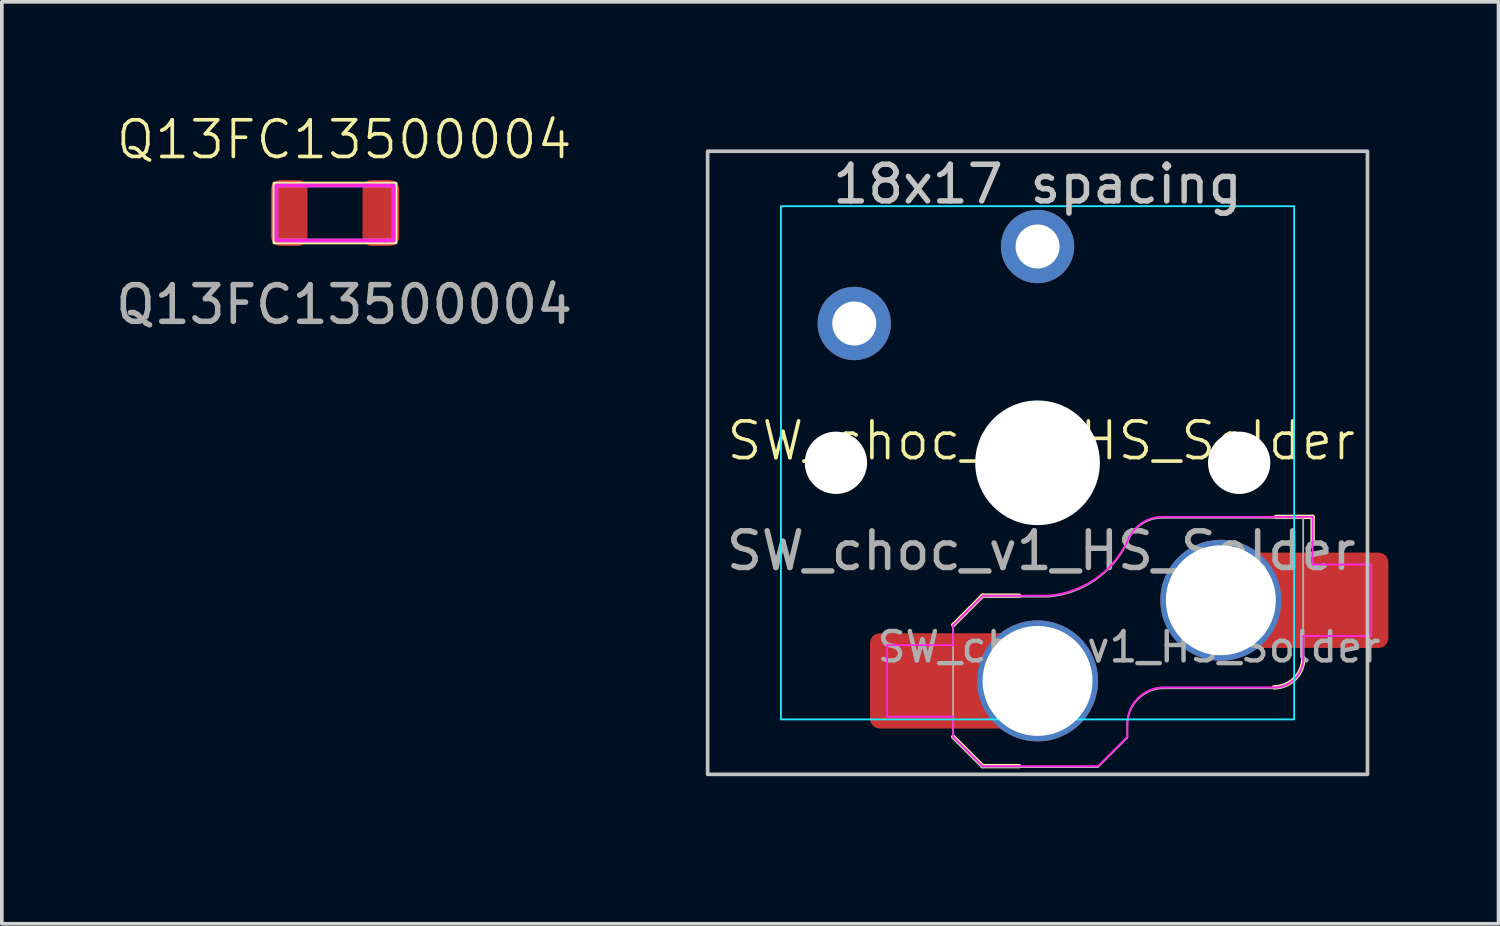
<source format=kicad_pcb>
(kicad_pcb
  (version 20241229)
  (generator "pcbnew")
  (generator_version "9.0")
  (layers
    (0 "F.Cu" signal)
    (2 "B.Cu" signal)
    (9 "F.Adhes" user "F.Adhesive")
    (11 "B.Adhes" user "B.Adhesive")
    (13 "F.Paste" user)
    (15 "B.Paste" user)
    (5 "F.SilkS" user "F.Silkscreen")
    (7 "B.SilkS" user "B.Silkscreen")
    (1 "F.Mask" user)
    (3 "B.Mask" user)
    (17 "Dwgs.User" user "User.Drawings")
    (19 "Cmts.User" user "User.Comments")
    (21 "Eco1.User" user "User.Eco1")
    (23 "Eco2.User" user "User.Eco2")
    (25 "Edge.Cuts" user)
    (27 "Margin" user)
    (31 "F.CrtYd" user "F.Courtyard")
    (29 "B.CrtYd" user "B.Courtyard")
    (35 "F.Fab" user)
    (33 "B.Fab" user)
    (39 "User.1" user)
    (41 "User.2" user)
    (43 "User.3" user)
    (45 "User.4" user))
  (footprint "SW_choc_v1_HS_Solder"
    (layer "F.Cu")
    (at 25.254 9.575)
    (property "Reference" "SW_choc_v1_HS_Solder" (at 0.1 -0.6 0) (unlocked yes) (layer "F.SilkS") (effects (font (size 1 1) (thickness 0.1))))
    (attr through_hole)
    (fp_line (start -2.3 7.475) (end -1.5 8.275) (stroke (width 0.12) (type solid)) (layer "F.SilkS"))
    (fp_line (start -1.5 3.625) (end -2.3 4.425) (stroke (width 0.12) (type solid)) (layer "F.SilkS"))
    (fp_line (start -1.5 3.625) (end -0.5 3.625) (stroke (width 0.12) (type solid)) (layer "F.SilkS"))
    (fp_line (start -1.5 8.275) (end -0.5 8.275) (stroke (width 0.12) (type solid)) (layer "F.SilkS"))
    (fp_line (start 7.504 1.475) (end 6.504 1.475) (stroke (width 0.12) (type solid)) (layer "F.SilkS"))
    (fp_line (start 7.504 1.475) (end 7.504 2.175) (stroke (width 0.12) (type solid)) (layer "F.SilkS"))
    (fp_arc (start 7.25 5.325) (mid 7.015685 5.890685) (end 6.45 6.125) (stroke (width 0.12) (type solid)) (layer "F.SilkS"))
    (fp_rect (start -9 -8.5) (end 9 8.5) (stroke (width 0.1) (type default)) (fill no) (layer "Dwgs.User"))
    (fp_rect (start -9.525 -9.525) (end 9.525 9.525) (stroke (width 0.1) (type default)) (fill no) (layer "Eco1.User"))
    (fp_line (start -6.95 -6.45) (end -6.95 6.45) (stroke (width 0.05) (type solid)) (layer "Eco2.User"))
    (fp_line (start -6.45 6.95) (end 6.45 6.95) (stroke (width 0.05) (type solid)) (layer "Eco2.User"))
    (fp_line (start 6.45 -6.95) (end -6.45 -6.95) (stroke (width 0.05) (type solid)) (layer "Eco2.User"))
    (fp_line (start 6.95 6.45) (end 6.95 -6.45) (stroke (width 0.05) (type solid)) (layer "Eco2.User"))
    (fp_arc (start -6.95 -6.45) (mid -6.803553 -6.803553) (end -6.45 -6.95) (stroke (width 0.05) (type solid)) (layer "Eco2.User"))
    (fp_arc (start -6.45 6.95) (mid -6.803553 6.803553) (end -6.95 6.45) (stroke (width 0.05) (type solid)) (layer "Eco2.User"))
    (fp_arc (start 6.45 -6.95) (mid 6.803553 -6.803553) (end 6.95 -6.45) (stroke (width 0.05) (type solid)) (layer "Eco2.User"))
    (fp_arc (start 6.95 6.45) (mid 6.803553 6.803553) (end 6.45 6.95) (stroke (width 0.05) (type solid)) (layer "Eco2.User"))
    (fp_rect (start -7 -7) (end 7 7) (stroke (width 0.05) (type default)) (fill no) (layer "B.CrtYd"))
    (fp_line (start -4.104 4.975) (end -4.104 6.925) (stroke (width 0.05) (type solid)) (layer "F.CrtYd"))
    (fp_line (start -4.104 4.975) (end -2.3 4.975) (stroke (width 0.05) (type solid)) (layer "F.CrtYd"))
    (fp_line (start -4.104 6.925) (end -2.3 6.925) (stroke (width 0.05) (type solid)) (layer "F.CrtYd"))
    (fp_line (start -2.3 4.975) (end -2.3 4.425) (stroke (width 0.05) (type solid)) (layer "F.CrtYd"))
    (fp_line (start -2.3 7.475) (end -2.3 6.925) (stroke (width 0.05) (type solid)) (layer "F.CrtYd"))
    (fp_line (start -2.3 7.475) (end -1.5 8.275) (stroke (width 0.05) (type solid)) (layer "F.CrtYd"))
    (fp_line (start -1.5 3.625) (end -2.3 4.425) (stroke (width 0.05) (type solid)) (layer "F.CrtYd"))
    (fp_line (start -1.5 3.625) (end 0.3 3.625) (stroke (width 0.05) (type solid)) (layer "F.CrtYd"))
    (fp_line (start -1.5 8.275) (end 1.65 8.275) (stroke (width 0.05) (type solid)) (layer "F.CrtYd"))
    (fp_line (start 2.45 7.475) (end 1.65 8.275) (stroke (width 0.05) (type solid)) (layer "F.CrtYd"))
    (fp_line (start 2.45 7.475) (end 2.45 7.125) (stroke (width 0.05) (type solid)) (layer "F.CrtYd"))
    (fp_line (start 3.45 6.125) (end 6.45 6.125) (stroke (width 0.05) (type solid)) (layer "F.CrtYd"))
    (fp_line (start 7.25 4.725) (end 9.104 4.725) (stroke (width 0.05) (type solid)) (layer "F.CrtYd"))
    (fp_line (start 7.25 5.325) (end 7.25 4.725) (stroke (width 0.05) (type solid)) (layer "F.CrtYd"))
    (fp_line (start 7.504 1.475) (end 3.4 1.475) (stroke (width 0.05) (type solid)) (layer "F.CrtYd"))
    (fp_line (start 7.504 1.475) (end 7.504 2.175) (stroke (width 0.05) (type solid)) (layer "F.CrtYd"))
    (fp_line (start 7.504 2.175) (end 7.504 2.775) (stroke (width 0.05) (type solid)) (layer "F.CrtYd"))
    (fp_line (start 9.104 2.775) (end 7.504 2.775) (stroke (width 0.05) (type solid)) (layer "F.CrtYd"))
    (fp_line (start 9.104 4.725) (end 9.104 2.775) (stroke (width 0.05) (type solid)) (layer "F.CrtYd"))
    (fp_arc (start 2.45 7.125) (mid 2.742893 6.417893) (end 3.45 6.125) (stroke (width 0.05) (type solid)) (layer "F.CrtYd"))
    (fp_arc (start 2.455444 2.13293) (mid 1.577271 3.167234) (end 0.299999 3.624999) (stroke (width 0.05) (type solid)) (layer "F.CrtYd"))
    (fp_arc (start 2.460307 2.13298) (mid 2.826423 1.655848) (end 3.4 1.475) (stroke (width 0.05) (type solid)) (layer "F.CrtYd"))
    (fp_arc (start 7.25 5.325) (mid 7.015685 5.890685) (end 6.45 6.125) (stroke (width 0.05) (type solid)) (layer "F.CrtYd"))
    (fp_line (start -2.304 7.5) (end -2.304 4.45) (stroke (width 0.05) (type solid)) (layer "F.Fab"))
    (fp_line (start -2.304 7.5) (end -1.504 8.3) (stroke (width 0.05) (type solid)) (layer "F.Fab"))
    (fp_line (start -1.504 3.65) (end -2.304 4.45) (stroke (width 0.05) (type solid)) (layer "F.Fab"))
    (fp_line (start -1.504 3.65) (end 0.296 3.65) (stroke (width 0.05) (type solid)) (layer "F.Fab"))
    (fp_line (start -1.504 8.3) (end 1.646 8.3) (stroke (width 0.05) (type solid)) (layer "F.Fab"))
    (fp_line (start 2.446 7.5) (end 1.646 8.3) (stroke (width 0.05) (type solid)) (layer "F.Fab"))
    (fp_line (start 2.446 7.5) (end 2.446 7.15) (stroke (width 0.05) (type solid)) (layer "F.Fab"))
    (fp_line (start 3.446 6.15) (end 6.446 6.15) (stroke (width 0.05) (type solid)) (layer "F.Fab"))
    (fp_line (start 7.246 1.5) (end 3.396 1.5) (stroke (width 0.05) (type solid)) (layer "F.Fab"))
    (fp_line (start 7.246 5.35) (end 7.246 1.5) (stroke (width 0.05) (type solid)) (layer "F.Fab"))
    (fp_arc (start 2.446 7.15) (mid 2.738893 6.442893) (end 3.446 6.15) (stroke (width 0.05) (type solid)) (layer "F.Fab"))
    (fp_arc (start 2.451444 2.15793) (mid 1.573271 3.192234) (end 0.295999 3.649999) (stroke (width 0.05) (type solid)) (layer "F.Fab"))
    (fp_arc (start 2.456307 2.15798) (mid 2.822423 1.680848) (end 3.396 1.5) (stroke (width 0.05) (type solid)) (layer "F.Fab"))
    (fp_arc (start 7.246 5.35) (mid 7.011685 5.915685) (end 6.446 6.15) (stroke (width 0.05) (type solid)) (layer "F.Fab"))
    (fp_text user "18x17 spacing" (at 0 -7.6 180) (layer "Dwgs.User") (effects (font (size 1 1) (thickness 0.15))))
    (fp_text user "19.05 spacing" (at 0 -8.7 180) (layer "Eco1.User") (effects (font (size 1 1) (thickness 0.15))))
    (fp_text user "${REFERENCE}" (at 0.1 2.4 0) (unlocked yes) (layer "F.Fab") (effects (font (size 1 1) (thickness 0.15))))
    (fp_text user "${REFERENCE}" (at 2.496 5.025 0) (layer "F.Fab") (effects (font (size 0.8 0.8) (thickness 0.12))))
    (pad "" np_thru_hole circle (at -5.5 0 180) (size 1.7 1.7) (drill 1.7) (layers "*.Cu" "*.Mask"))
    (pad "" np_thru_hole circle (at 0 0) (size 3.4 3.4) (drill 3.4) (layers "*.Cu" "*.Mask"))
    (pad "" np_thru_hole circle (at 5.5 0 180) (size 1.7 1.7) (drill 1.7) (layers "*.Cu" "*.Mask"))
    (pad "1" thru_hole circle (at -5 -3.8) (size 2 2) (drill 1.2) (layers "*.Cu" "F.Mask"))
    (pad "1" thru_hole circle (at 5 3.75) (size 3.3 3.3) (drill 3) (layers "*.Cu" "F.Mask"))
    (pad "1" smd rect (at 6.55 3.75) (size 1.2 2.6) (layers "F.Cu"))
    (pad "1" smd roundrect (at 8.245 3.75) (size 2.65 2.6) (layers "F.Cu" "F.Mask" "F.Paste") (roundrect_rratio 0.1))
    (pad "2" smd roundrect (at -3.245 5.95) (size 2.65 2.6) (layers "F.Cu" "F.Mask" "F.Paste") (roundrect_rratio 0.1))
    (pad "2" smd rect (at -1.55 5.95 180) (size 1.2 2.6) (layers "F.Cu"))
    (pad "2" thru_hole circle (at 0 -5.9) (size 2 2) (drill 1.2) (layers "*.Cu" "F.Mask"))
    (pad "2" thru_hole circle (at 0 5.95) (size 3.3 3.3) (drill 3) (layers "*.Cu" "F.Mask")))
  (footprint "Q13FC13500004"
    (layer "F.Cu")
    (at 6.339 2.76)
    (property "Reference" "Q13FC13500004" (at 0 -2 0) (unlocked yes) (layer "F.SilkS") (effects (font (size 1 1) (thickness 0.1))))
    (attr smd)
    (fp_rect (start -1.905 -0.805) (end 1.405 0.805) (stroke (width 0.1) (type default)) (fill no) (layer "F.SilkS"))
    (fp_rect (start -1.85 -0.75) (end 1.35 0.75) (stroke (width 0.1) (type default)) (fill no) (layer "F.CrtYd"))
    (fp_rect (start -1.85 -0.75) (end 1.35 0.75) (stroke (width 0.1) (type default)) (fill no) (layer "F.Fab"))
    (fp_text user "${REFERENCE}" (at 0 2.5 0) (unlocked yes) (layer "F.Fab") (effects (font (size 1 1) (thickness 0.15))))
    (pad "1" smd roundrect (at -1.5 0) (size 1 1.8) (layers "F.Cu" "F.Mask" "F.Paste") (roundrect_rratio 0.25))
    (pad "2" smd roundrect (at 1 0) (size 1 1.8) (layers "F.Cu" "F.Mask" "F.Paste") (roundrect_rratio 0.25))
    (zone (net_name "") (layer "F.Cu") (name "KEEP OUT") (hatch edge 0.5) (connect_pads) (min_thickness 0.25) (filled_areas_thickness no) (keepout (tracks not_allowed) (vias not_allowed) (pads not_allowed) (copperpour allowed) (footprints allowed)) (placement (enabled no)) (fill) (polygon (pts (xy 5.339 1.861) (xy 6.839 1.861) (xy 6.839 3.66) (xy 5.339 3.66)))))
  (gr_rect
    (start -3 -3)
    (end 37.829 22.15)
    (stroke (width 0.1) (type default))
    (fill no)
    (layer "Edge.Cuts")))
</source>
